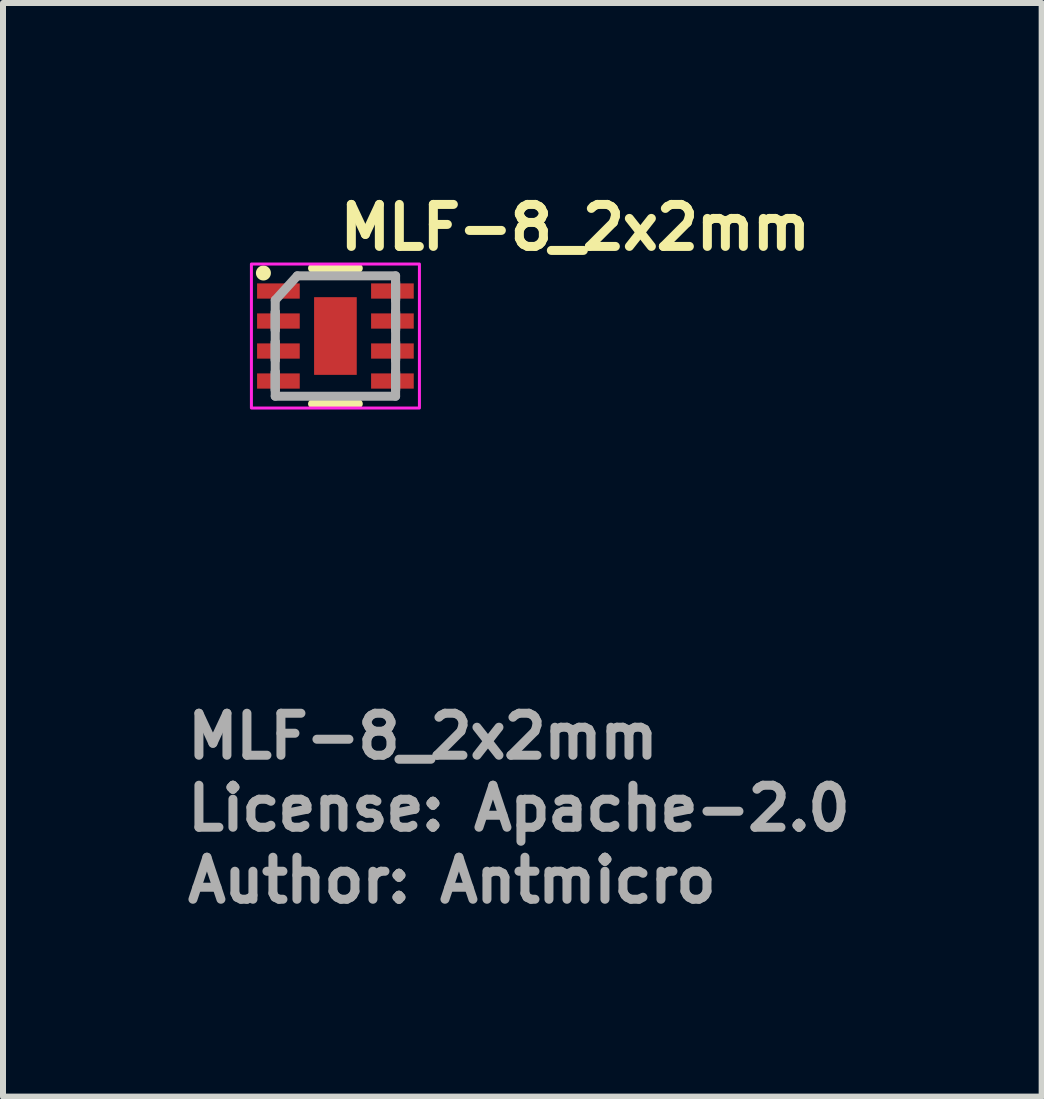
<source format=kicad_pcb>
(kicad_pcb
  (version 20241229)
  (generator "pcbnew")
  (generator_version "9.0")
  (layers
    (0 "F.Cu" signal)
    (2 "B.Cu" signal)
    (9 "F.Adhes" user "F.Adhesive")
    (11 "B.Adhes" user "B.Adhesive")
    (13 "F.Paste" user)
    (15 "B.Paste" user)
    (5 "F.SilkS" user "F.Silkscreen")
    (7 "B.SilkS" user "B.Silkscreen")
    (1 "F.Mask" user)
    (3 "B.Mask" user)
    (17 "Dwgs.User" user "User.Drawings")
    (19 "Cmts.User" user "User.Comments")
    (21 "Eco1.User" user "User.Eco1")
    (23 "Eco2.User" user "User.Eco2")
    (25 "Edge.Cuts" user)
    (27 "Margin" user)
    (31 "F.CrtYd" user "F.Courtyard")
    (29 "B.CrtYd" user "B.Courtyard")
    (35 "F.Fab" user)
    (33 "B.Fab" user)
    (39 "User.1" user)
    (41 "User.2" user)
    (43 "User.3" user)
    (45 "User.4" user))
  (footprint "MLF-8_2x2mm"
    (layer "F.Cu")
    (at 2.54 2.55)
    (property "Reference" "MLF-8_2x2mm" (at 0 -1.4 0) (unlocked yes) (layer "F.SilkS") (effects (font (size 0.7 0.7) (thickness 0.15)) (justify left bottom)))
    (attr smd)
    (fp_line (start -0.381 -1.13) (end 0.381 -1.13) (stroke (width 0.15) (type solid)) (layer "F.SilkS"))
    (fp_line (start -0.381 1.13) (end 0.381 1.13) (stroke (width 0.15) (type solid)) (layer "F.SilkS"))
    (fp_circle (center -1.2 -1.05) (end -1.15 -1.05) (stroke (width 0.15) (type solid)) (fill yes) (layer "F.SilkS"))
    (fp_rect (start -1.4 -1.2) (end 1.4 1.2) (stroke (width 0.05) (type solid)) (fill no) (layer "F.CrtYd"))
    (fp_line (start -1.003 -0.598) (end -1.003 1.003) (stroke (width 0.15) (type solid)) (layer "F.Fab"))
    (fp_line (start -1.003 -0.598) (end -0.635 -1.003) (stroke (width 0.15) (type solid)) (layer "F.Fab"))
    (fp_line (start -1.003 -0.402) (end -1.003 -0.098) (stroke (width 0.15) (type solid)) (layer "F.Fab"))
    (fp_line (start -1.003 -0.402) (end -1.003 -0.098) (stroke (width 0.15) (type solid)) (layer "F.Fab"))
    (fp_line (start -1.003 0.098) (end -1.003 0.402) (stroke (width 0.15) (type solid)) (layer "F.Fab"))
    (fp_line (start -1.003 0.098) (end -1.003 0.402) (stroke (width 0.15) (type solid)) (layer "F.Fab"))
    (fp_line (start -1.003 0.598) (end -1.003 0.902) (stroke (width 0.15) (type solid)) (layer "F.Fab"))
    (fp_line (start -1.003 0.598) (end -1.003 0.902) (stroke (width 0.15) (type solid)) (layer "F.Fab"))
    (fp_line (start -1.003 1.003) (end 1.003 1.003) (stroke (width 0.15) (type solid)) (layer "F.Fab"))
    (fp_line (start -0.635 -1.003) (end 1.003 -1.003) (stroke (width 0.15) (type solid)) (layer "F.Fab"))
    (fp_line (start 1.003 -1.003) (end 1.003 1.003) (stroke (width 0.15) (type solid)) (layer "F.Fab"))
    (fp_line (start 1.003 -0.902) (end 1.003 -0.598) (stroke (width 0.15) (type solid)) (layer "F.Fab"))
    (fp_line (start 1.003 -0.902) (end 1.003 -0.598) (stroke (width 0.15) (type solid)) (layer "F.Fab"))
    (fp_line (start 1.003 -0.402) (end 1.003 -0.098) (stroke (width 0.15) (type solid)) (layer "F.Fab"))
    (fp_line (start 1.003 -0.402) (end 1.003 -0.098) (stroke (width 0.15) (type solid)) (layer "F.Fab"))
    (fp_line (start 1.003 0.098) (end 1.003 0.402) (stroke (width 0.15) (type solid)) (layer "F.Fab"))
    (fp_line (start 1.003 0.098) (end 1.003 0.402) (stroke (width 0.15) (type solid)) (layer "F.Fab"))
    (fp_line (start 1.003 0.598) (end 1.003 0.902) (stroke (width 0.15) (type solid)) (layer "F.Fab"))
    (fp_line (start 1.003 0.598) (end 1.003 0.902) (stroke (width 0.15) (type solid)) (layer "F.Fab"))
    (fp_rect (start -1.003 -1.003) (end 1.003 1.003) (stroke (width 0.1) (type solid)) (fill no) (layer "User.5"))
    (fp_line (start -1.003 -1.003) (end -1.003 1.003) (stroke (width 0.02) (type solid)) (layer "User.9"))
    (fp_line (start -1.003 1.003) (end 1.003 1.003) (stroke (width 0.02) (type solid)) (layer "User.9"))
    (fp_line (start -0.853 -0.758) (end -0.853 -0.755) (stroke (width 0.02) (type solid)) (layer "User.9"))
    (fp_line (start -0.853 -0.755) (end -0.853 -0.753) (stroke (width 0.02) (type solid)) (layer "User.9"))
    (fp_line (start -0.853 -0.753) (end -0.853 -0.75) (stroke (width 0.02) (type solid)) (layer "User.9"))
    (fp_line (start -0.853 -0.75) (end -0.853 -0.75) (stroke (width 0.02) (type solid)) (layer "User.9"))
    (fp_line (start -0.853 -0.75) (end -0.853 -0.747) (stroke (width 0.02) (type solid)) (layer "User.9"))
    (fp_line (start -0.853 -0.747) (end -0.853 -0.745) (stroke (width 0.02) (type solid)) (layer "User.9"))
    (fp_line (start -0.853 -0.745) (end -0.853 -0.742) (stroke (width 0.02) (type solid)) (layer "User.9"))
    (fp_line (start -0.853 -0.742) (end -0.852 -0.74) (stroke (width 0.02) (type solid)) (layer "User.9"))
    (fp_line (start -0.852 -0.763) (end -0.852 -0.76) (stroke (width 0.02) (type solid)) (layer "User.9"))
    (fp_line (start -0.852 -0.76) (end -0.853 -0.758) (stroke (width 0.02) (type solid)) (layer "User.9"))
    (fp_line (start -0.852 -0.74) (end -0.852 -0.737) (stroke (width 0.02) (type solid)) (layer "User.9"))
    (fp_line (start -0.852 -0.737) (end -0.851 -0.735) (stroke (width 0.02) (type solid)) (layer "User.9"))
    (fp_line (start -0.851 -0.765) (end -0.852 -0.763) (stroke (width 0.02) (type solid)) (layer "User.9"))
    (fp_line (start -0.851 -0.735) (end -0.85 -0.733) (stroke (width 0.02) (type solid)) (layer "User.9"))
    (fp_line (start -0.85 -0.767) (end -0.851 -0.765) (stroke (width 0.02) (type solid)) (layer "User.9"))
    (fp_line (start -0.85 -0.733) (end -0.849 -0.73) (stroke (width 0.02) (type solid)) (layer "User.9"))
    (fp_line (start -0.849 -0.77) (end -0.85 -0.767) (stroke (width 0.02) (type solid)) (layer "User.9"))
    (fp_line (start -0.849 -0.73) (end -0.848 -0.728) (stroke (width 0.02) (type solid)) (layer "User.9"))
    (fp_line (start -0.848 -0.772) (end -0.849 -0.77) (stroke (width 0.02) (type solid)) (layer "User.9"))
    (fp_line (start -0.848 -0.728) (end -0.847 -0.726) (stroke (width 0.02) (type solid)) (layer "User.9"))
    (fp_line (start -0.847 -0.774) (end -0.848 -0.772) (stroke (width 0.02) (type solid)) (layer "User.9"))
    (fp_line (start -0.847 -0.726) (end -0.846 -0.724) (stroke (width 0.02) (type solid)) (layer "User.9"))
    (fp_line (start -0.846 -0.776) (end -0.847 -0.774) (stroke (width 0.02) (type solid)) (layer "User.9"))
    (fp_line (start -0.846 -0.724) (end -0.845 -0.722) (stroke (width 0.02) (type solid)) (layer "User.9"))
    (fp_line (start -0.845 -0.778) (end -0.846 -0.776) (stroke (width 0.02) (type solid)) (layer "User.9"))
    (fp_line (start -0.845 -0.722) (end -0.843 -0.72) (stroke (width 0.02) (type solid)) (layer "User.9"))
    (fp_line (start -0.843 -0.78) (end -0.845 -0.778) (stroke (width 0.02) (type solid)) (layer "User.9"))
    (fp_line (start -0.843 -0.72) (end -0.842 -0.718) (stroke (width 0.02) (type solid)) (layer "User.9"))
    (fp_line (start -0.842 -0.782) (end -0.843 -0.78) (stroke (width 0.02) (type solid)) (layer "User.9"))
    (fp_line (start -0.842 -0.718) (end -0.84 -0.716) (stroke (width 0.02) (type solid)) (layer "User.9"))
    (fp_line (start -0.84 -0.784) (end -0.842 -0.782) (stroke (width 0.02) (type solid)) (layer "User.9"))
    (fp_line (start -0.84 -0.716) (end -0.838 -0.715) (stroke (width 0.02) (type solid)) (layer "User.9"))
    (fp_line (start -0.838 -0.785) (end -0.84 -0.784) (stroke (width 0.02) (type solid)) (layer "User.9"))
    (fp_line (start -0.838 -0.715) (end -0.837 -0.713) (stroke (width 0.02) (type solid)) (layer "User.9"))
    (fp_line (start -0.837 -0.787) (end -0.838 -0.785) (stroke (width 0.02) (type solid)) (layer "User.9"))
    (fp_line (start -0.837 -0.713) (end -0.835 -0.711) (stroke (width 0.02) (type solid)) (layer "User.9"))
    (fp_line (start -0.835 -0.789) (end -0.837 -0.787) (stroke (width 0.02) (type solid)) (layer "User.9"))
    (fp_line (start -0.835 -0.711) (end -0.833 -0.71) (stroke (width 0.02) (type solid)) (layer "User.9"))
    (fp_line (start -0.833 -0.79) (end -0.835 -0.789) (stroke (width 0.02) (type solid)) (layer "User.9"))
    (fp_line (start -0.833 -0.71) (end -0.831 -0.708) (stroke (width 0.02) (type solid)) (layer "User.9"))
    (fp_line (start -0.831 -0.792) (end -0.833 -0.79) (stroke (width 0.02) (type solid)) (layer "User.9"))
    (fp_line (start -0.831 -0.708) (end -0.829 -0.707) (stroke (width 0.02) (type solid)) (layer "User.9"))
    (fp_line (start -0.829 -0.793) (end -0.831 -0.792) (stroke (width 0.02) (type solid)) (layer "User.9"))
    (fp_line (start -0.829 -0.707) (end -0.827 -0.706) (stroke (width 0.02) (type solid)) (layer "User.9"))
    (fp_line (start -0.827 -0.794) (end -0.829 -0.793) (stroke (width 0.02) (type solid)) (layer "User.9"))
    (fp_line (start -0.827 -0.706) (end -0.825 -0.705) (stroke (width 0.02) (type solid)) (layer "User.9"))
    (fp_line (start -0.825 -0.795) (end -0.827 -0.794) (stroke (width 0.02) (type solid)) (layer "User.9"))
    (fp_line (start -0.825 -0.705) (end -0.823 -0.704) (stroke (width 0.02) (type solid)) (layer "User.9"))
    (fp_line (start -0.823 -0.796) (end -0.825 -0.795) (stroke (width 0.02) (type solid)) (layer "User.9"))
    (fp_line (start -0.823 -0.704) (end -0.82 -0.703) (stroke (width 0.02) (type solid)) (layer "User.9"))
    (fp_line (start -0.82 -0.797) (end -0.823 -0.796) (stroke (width 0.02) (type solid)) (layer "User.9"))
    (fp_line (start -0.82 -0.703) (end -0.818 -0.702) (stroke (width 0.02) (type solid)) (layer "User.9"))
    (fp_line (start -0.818 -0.798) (end -0.82 -0.797) (stroke (width 0.02) (type solid)) (layer "User.9"))
    (fp_line (start -0.818 -0.702) (end -0.816 -0.701) (stroke (width 0.02) (type solid)) (layer "User.9"))
    (fp_line (start -0.816 -0.799) (end -0.818 -0.798) (stroke (width 0.02) (type solid)) (layer "User.9"))
    (fp_line (start -0.816 -0.701) (end -0.813 -0.701) (stroke (width 0.02) (type solid)) (layer "User.9"))
    (fp_line (start -0.813 -0.799) (end -0.816 -0.799) (stroke (width 0.02) (type solid)) (layer "User.9"))
    (fp_line (start -0.813 -0.701) (end -0.811 -0.7) (stroke (width 0.02) (type solid)) (layer "User.9"))
    (fp_line (start -0.811 -0.8) (end -0.813 -0.799) (stroke (width 0.02) (type solid)) (layer "User.9"))
    (fp_line (start -0.811 -0.7) (end -0.808 -0.7) (stroke (width 0.02) (type solid)) (layer "User.9"))
    (fp_line (start -0.808 -0.8) (end -0.811 -0.8) (stroke (width 0.02) (type solid)) (layer "User.9"))
    (fp_line (start -0.808 -0.7) (end -0.806 -0.7) (stroke (width 0.02) (type solid)) (layer "User.9"))
    (fp_line (start -0.806 -0.8) (end -0.808 -0.8) (stroke (width 0.02) (type solid)) (layer "User.9"))
    (fp_line (start -0.806 -0.7) (end -0.803 -0.7) (stroke (width 0.02) (type solid)) (layer "User.9"))
    (fp_line (start -0.803 -0.8) (end -0.806 -0.8) (stroke (width 0.02) (type solid)) (layer "User.9"))
    (fp_line (start -0.803 -0.8) (end -0.803 -0.8) (stroke (width 0.02) (type solid)) (layer "User.9"))
    (fp_line (start -0.803 -0.7) (end -0.803 -0.7) (stroke (width 0.02) (type solid)) (layer "User.9"))
    (fp_line (start -0.803 -0.7) (end -0.8 -0.7) (stroke (width 0.02) (type solid)) (layer "User.9"))
    (fp_line (start -0.8 -0.8) (end -0.803 -0.8) (stroke (width 0.02) (type solid)) (layer "User.9"))
    (fp_line (start -0.8 -0.7) (end -0.798 -0.7) (stroke (width 0.02) (type solid)) (layer "User.9"))
    (fp_line (start -0.798 -0.8) (end -0.8 -0.8) (stroke (width 0.02) (type solid)) (layer "User.9"))
    (fp_line (start -0.798 -0.7) (end -0.795 -0.7) (stroke (width 0.02) (type solid)) (layer "User.9"))
    (fp_line (start -0.795 -0.8) (end -0.798 -0.8) (stroke (width 0.02) (type solid)) (layer "User.9"))
    (fp_line (start -0.795 -0.7) (end -0.793 -0.701) (stroke (width 0.02) (type solid)) (layer "User.9"))
    (fp_line (start -0.793 -0.799) (end -0.795 -0.8) (stroke (width 0.02) (type solid)) (layer "User.9"))
    (fp_line (start -0.793 -0.701) (end -0.79 -0.701) (stroke (width 0.02) (type solid)) (layer "User.9"))
    (fp_line (start -0.79 -0.799) (end -0.793 -0.799) (stroke (width 0.02) (type solid)) (layer "User.9"))
    (fp_line (start -0.79 -0.701) (end -0.788 -0.702) (stroke (width 0.02) (type solid)) (layer "User.9"))
    (fp_line (start -0.788 -0.798) (end -0.79 -0.799) (stroke (width 0.02) (type solid)) (layer "User.9"))
    (fp_line (start -0.788 -0.702) (end -0.786 -0.703) (stroke (width 0.02) (type solid)) (layer "User.9"))
    (fp_line (start -0.786 -0.797) (end -0.788 -0.798) (stroke (width 0.02) (type solid)) (layer "User.9"))
    (fp_line (start -0.786 -0.703) (end -0.783 -0.704) (stroke (width 0.02) (type solid)) (layer "User.9"))
    (fp_line (start -0.783 -0.796) (end -0.786 -0.797) (stroke (width 0.02) (type solid)) (layer "User.9"))
    (fp_line (start -0.783 -0.704) (end -0.781 -0.705) (stroke (width 0.02) (type solid)) (layer "User.9"))
    (fp_line (start -0.781 -0.795) (end -0.783 -0.796) (stroke (width 0.02) (type solid)) (layer "User.9"))
    (fp_line (start -0.781 -0.705) (end -0.779 -0.706) (stroke (width 0.02) (type solid)) (layer "User.9"))
    (fp_line (start -0.779 -0.794) (end -0.781 -0.795) (stroke (width 0.02) (type solid)) (layer "User.9"))
    (fp_line (start -0.779 -0.706) (end -0.777 -0.707) (stroke (width 0.02) (type solid)) (layer "User.9"))
    (fp_line (start -0.777 -0.793) (end -0.779 -0.794) (stroke (width 0.02) (type solid)) (layer "User.9"))
    (fp_line (start -0.777 -0.707) (end -0.775 -0.708) (stroke (width 0.02) (type solid)) (layer "User.9"))
    (fp_line (start -0.775 -0.792) (end -0.777 -0.793) (stroke (width 0.02) (type solid)) (layer "User.9"))
    (fp_line (start -0.775 -0.708) (end -0.773 -0.71) (stroke (width 0.02) (type solid)) (layer "User.9"))
    (fp_line (start -0.773 -0.79) (end -0.775 -0.792) (stroke (width 0.02) (type solid)) (layer "User.9"))
    (fp_line (start -0.773 -0.71) (end -0.771 -0.711) (stroke (width 0.02) (type solid)) (layer "User.9"))
    (fp_line (start -0.771 -0.789) (end -0.773 -0.79) (stroke (width 0.02) (type solid)) (layer "User.9"))
    (fp_line (start -0.771 -0.711) (end -0.769 -0.713) (stroke (width 0.02) (type solid)) (layer "User.9"))
    (fp_line (start -0.769 -0.787) (end -0.771 -0.789) (stroke (width 0.02) (type solid)) (layer "User.9"))
    (fp_line (start -0.769 -0.713) (end -0.768 -0.715) (stroke (width 0.02) (type solid)) (layer "User.9"))
    (fp_line (start -0.768 -0.785) (end -0.769 -0.787) (stroke (width 0.02) (type solid)) (layer "User.9"))
    (fp_line (start -0.768 -0.715) (end -0.766 -0.716) (stroke (width 0.02) (type solid)) (layer "User.9"))
    (fp_line (start -0.766 -0.784) (end -0.768 -0.785) (stroke (width 0.02) (type solid)) (layer "User.9"))
    (fp_line (start -0.766 -0.716) (end -0.764 -0.718) (stroke (width 0.02) (type solid)) (layer "User.9"))
    (fp_line (start -0.764 -0.782) (end -0.766 -0.784) (stroke (width 0.02) (type solid)) (layer "User.9"))
    (fp_line (start -0.764 -0.718) (end -0.763 -0.72) (stroke (width 0.02) (type solid)) (layer "User.9"))
    (fp_line (start -0.763 -0.78) (end -0.764 -0.782) (stroke (width 0.02) (type solid)) (layer "User.9"))
    (fp_line (start -0.763 -0.72) (end -0.761 -0.722) (stroke (width 0.02) (type solid)) (layer "User.9"))
    (fp_line (start -0.761 -0.778) (end -0.763 -0.78) (stroke (width 0.02) (type solid)) (layer "User.9"))
    (fp_line (start -0.761 -0.722) (end -0.76 -0.724) (stroke (width 0.02) (type solid)) (layer "User.9"))
    (fp_line (start -0.76 -0.776) (end -0.761 -0.778) (stroke (width 0.02) (type solid)) (layer "User.9"))
    (fp_line (start -0.76 -0.724) (end -0.759 -0.726) (stroke (width 0.02) (type solid)) (layer "User.9"))
    (fp_line (start -0.759 -0.774) (end -0.76 -0.776) (stroke (width 0.02) (type solid)) (layer "User.9"))
    (fp_line (start -0.759 -0.726) (end -0.758 -0.728) (stroke (width 0.02) (type solid)) (layer "User.9"))
    (fp_line (start -0.758 -0.772) (end -0.759 -0.774) (stroke (width 0.02) (type solid)) (layer "User.9"))
    (fp_line (start -0.758 -0.728) (end -0.757 -0.73) (stroke (width 0.02) (type solid)) (layer "User.9"))
    (fp_line (start -0.757 -0.77) (end -0.758 -0.772) (stroke (width 0.02) (type solid)) (layer "User.9"))
    (fp_line (start -0.757 -0.73) (end -0.756 -0.733) (stroke (width 0.02) (type solid)) (layer "User.9"))
    (fp_line (start -0.756 -0.767) (end -0.757 -0.77) (stroke (width 0.02) (type solid)) (layer "User.9"))
    (fp_line (start -0.756 -0.733) (end -0.755 -0.735) (stroke (width 0.02) (type solid)) (layer "User.9"))
    (fp_line (start -0.755 -0.765) (end -0.756 -0.767) (stroke (width 0.02) (type solid)) (layer "User.9"))
    (fp_line (start -0.755 -0.735) (end -0.754 -0.737) (stroke (width 0.02) (type solid)) (layer "User.9"))
    (fp_line (start -0.754 -0.763) (end -0.755 -0.765) (stroke (width 0.02) (type solid)) (layer "User.9"))
    (fp_line (start -0.754 -0.76) (end -0.754 -0.763) (stroke (width 0.02) (type solid)) (layer "User.9"))
    (fp_line (start -0.754 -0.74) (end -0.753 -0.742) (stroke (width 0.02) (type solid)) (layer "User.9"))
    (fp_line (start -0.754 -0.737) (end -0.754 -0.74) (stroke (width 0.02) (type solid)) (layer "User.9"))
    (fp_line (start -0.753 -0.758) (end -0.754 -0.76) (stroke (width 0.02) (type solid)) (layer "User.9"))
    (fp_line (start -0.753 -0.755) (end -0.753 -0.758) (stroke (width 0.02) (type solid)) (layer "User.9"))
    (fp_line (start -0.753 -0.753) (end -0.753 -0.755) (stroke (width 0.02) (type solid)) (layer "User.9"))
    (fp_line (start -0.753 -0.75) (end -0.753 -0.753) (stroke (width 0.02) (type solid)) (layer "User.9"))
    (fp_line (start -0.753 -0.75) (end -0.753 -0.75) (stroke (width 0.02) (type solid)) (layer "User.9"))
    (fp_line (start -0.753 -0.75) (end -0.753 -0.75) (stroke (width 0.02) (type solid)) (layer "User.9"))
    (fp_line (start -0.753 -0.747) (end -0.753 -0.75) (stroke (width 0.02) (type solid)) (layer "User.9"))
    (fp_line (start -0.753 -0.745) (end -0.753 -0.747) (stroke (width 0.02) (type solid)) (layer "User.9"))
    (fp_line (start -0.753 -0.742) (end -0.753 -0.745) (stroke (width 0.02) (type solid)) (layer "User.9"))
    (fp_line (start 1.003 -1.003) (end -1.003 -1.003) (stroke (width 0.02) (type solid)) (layer "User.9"))
    (fp_line (start 1.003 1.003) (end 1.003 -1.003) (stroke (width 0.02) (type solid)) (layer "User.9"))
    (fp_line (start 1.003 1.003) (end 1.003 -1.003) (stroke (width 0.02) (type solid)) (layer "User.9"))
    (fp_text user "License: Apache-2.0" (at -2.54 8.28 0) (layer "F.Fab") (effects (font (size 0.7 0.7) (thickness 0.15)) (justify left bottom)))
    (fp_text user "Author: Antmicro" (at -2.54 9.48 0) (layer "F.Fab") (effects (font (size 0.7 0.7) (thickness 0.15)) (justify left bottom)))
    (fp_text user "${REFERENCE}" (at -2.54 7.08 0) (layer "F.Fab") (effects (font (size 0.7 0.7) (thickness 0.15)) (justify left bottom)))
    (pad "1" smd rect (at -0.95 -0.75 270) (size 0.254 0.711) (layers "F.Cu" "F.Mask" "F.Paste"))
    (pad "2" smd rect (at -0.95 -0.25 270) (size 0.254 0.711) (layers "F.Cu" "F.Mask" "F.Paste"))
    (pad "3" smd rect (at -0.95 0.25 270) (size 0.254 0.711) (layers "F.Cu" "F.Mask" "F.Paste"))
    (pad "4" smd rect (at -0.95 0.75 270) (size 0.254 0.711) (layers "F.Cu" "F.Mask" "F.Paste"))
    (pad "5" smd rect (at 0.95 0.75 270) (size 0.254 0.711) (layers "F.Cu" "F.Mask" "F.Paste"))
    (pad "6" smd rect (at 0.95 0.25 270) (size 0.254 0.711) (layers "F.Cu" "F.Mask" "F.Paste"))
    (pad "7" smd rect (at 0.95 -0.25 270) (size 0.254 0.711) (layers "F.Cu" "F.Mask" "F.Paste"))
    (pad "8" smd rect (at 0.95 -0.75 270) (size 0.254 0.711) (layers "F.Cu" "F.Mask" "F.Paste"))
    (pad "9" smd rect (at 0 0) (size 0.711 1.295) (layers "F.Cu" "F.Mask" "F.Paste")))
  (gr_rect
    (start -3 -3)
    (end 14.31 15.226)
    (stroke (width 0.1) (type default))
    (fill no)
    (layer "Edge.Cuts")))
</source>
